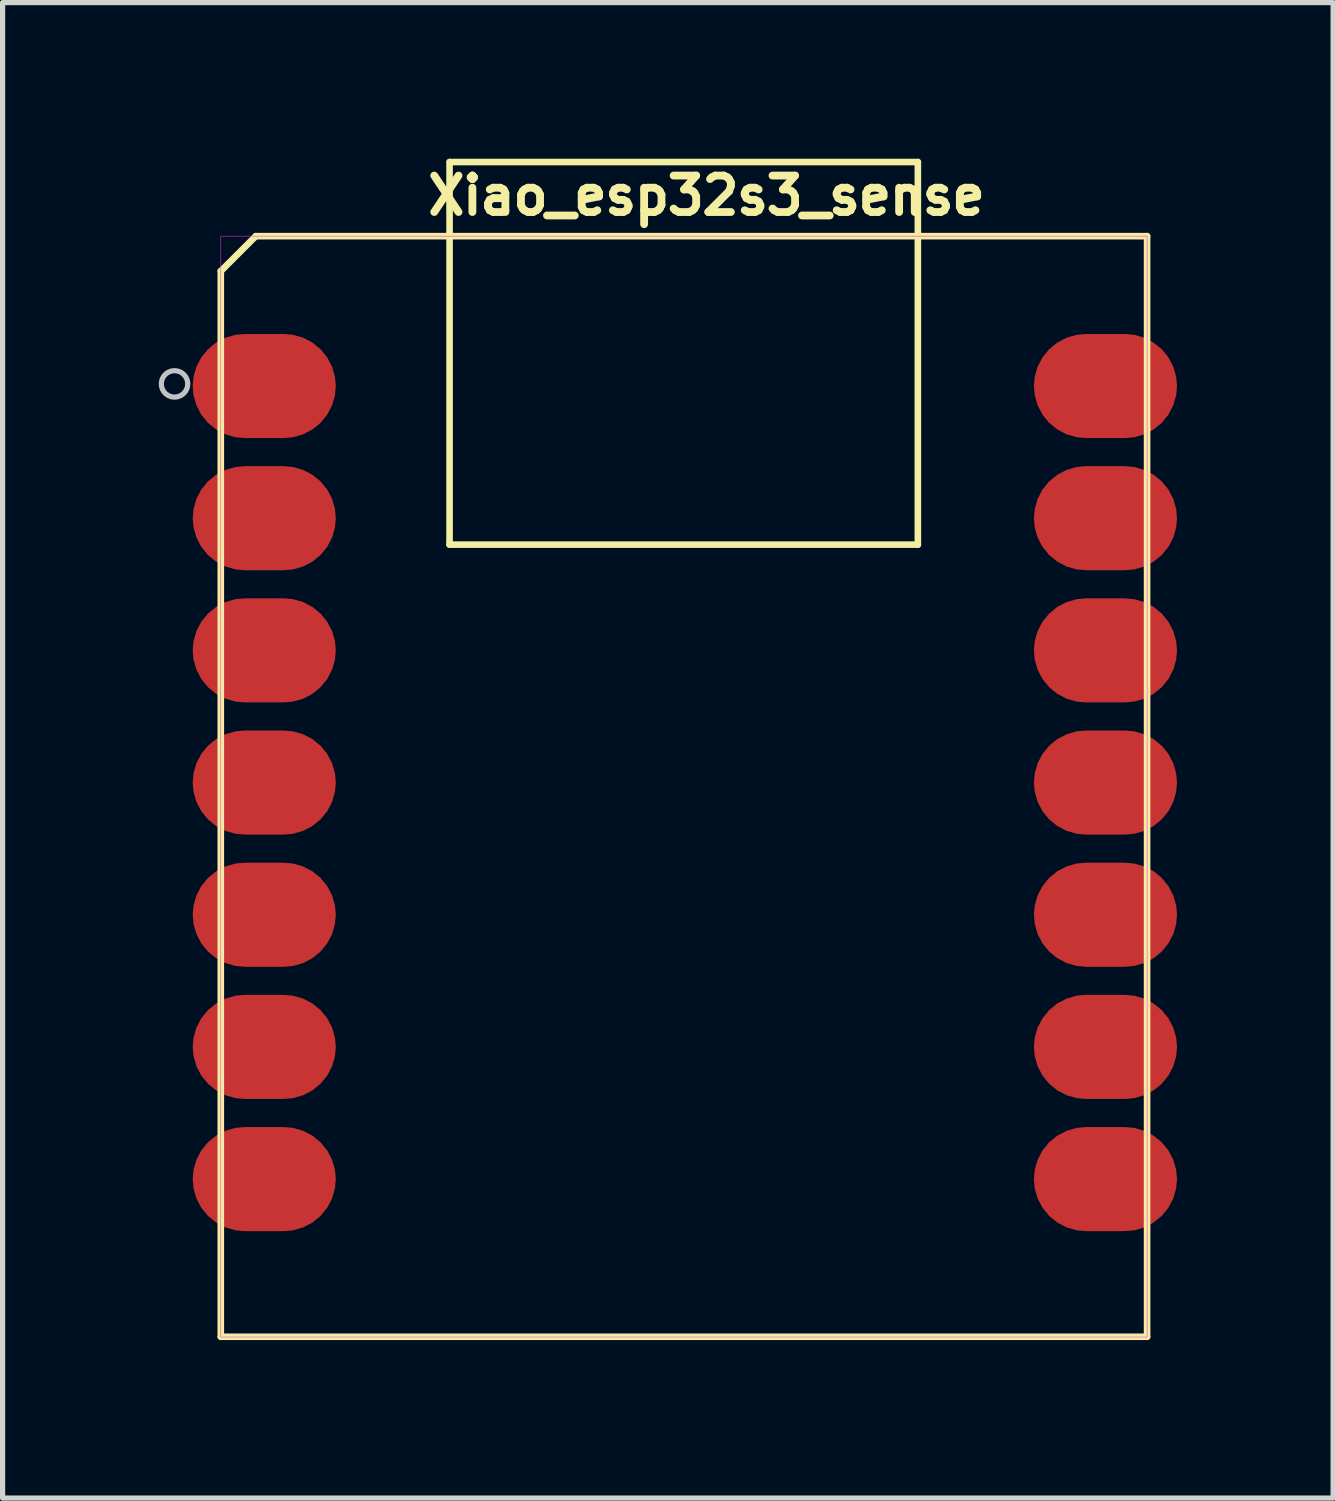
<source format=kicad_pcb>
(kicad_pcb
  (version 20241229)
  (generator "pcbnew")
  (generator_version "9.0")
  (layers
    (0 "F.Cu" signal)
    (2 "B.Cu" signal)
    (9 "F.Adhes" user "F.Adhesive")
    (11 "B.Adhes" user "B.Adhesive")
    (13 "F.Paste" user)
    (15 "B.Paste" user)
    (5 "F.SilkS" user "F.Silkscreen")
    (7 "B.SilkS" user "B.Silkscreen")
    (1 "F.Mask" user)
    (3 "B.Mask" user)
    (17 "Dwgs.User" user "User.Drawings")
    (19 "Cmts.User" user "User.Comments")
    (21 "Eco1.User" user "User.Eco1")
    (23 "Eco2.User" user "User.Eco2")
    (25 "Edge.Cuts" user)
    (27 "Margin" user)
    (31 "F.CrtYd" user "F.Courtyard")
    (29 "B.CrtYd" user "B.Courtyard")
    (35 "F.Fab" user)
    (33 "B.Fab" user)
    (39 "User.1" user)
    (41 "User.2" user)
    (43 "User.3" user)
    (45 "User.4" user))
  (footprint "Xiao_esp32s3_sense"
    (layer "F.Cu")
    (at 1.193 22.488)
    (property "Reference" "Xiao_esp32s3_sense" (at 9.335 -21.78 0) (layer "F.SilkS") (effects (font (size 0.7 0.7) (thickness 0.15))))
    (attr through_hole)
    (fp_line (start 0 -20.328) (end 0 0.15) (stroke (width 0.127) (type solid)) (layer "F.SilkS"))
    (fp_line (start 0 0.15) (end 17.8 0.15) (stroke (width 0.127) (type solid)) (layer "F.SilkS"))
    (fp_line (start 0.672 -21) (end 0 -20.328) (stroke (width 0.127) (type solid)) (layer "F.SilkS"))
    (fp_line (start 4.396 -15.072) (end 4.396 -22.425) (stroke (width 0.127) (type solid)) (layer "F.SilkS"))
    (fp_line (start 4.4 -22.424) (end 13.395 -22.424) (stroke (width 0.127) (type solid)) (layer "F.SilkS"))
    (fp_line (start 13.395 -22.424) (end 13.395 -15.072) (stroke (width 0.127) (type solid)) (layer "F.SilkS"))
    (fp_line (start 13.395 -15.072) (end 4.396 -15.072) (stroke (width 0.127) (type solid)) (layer "F.SilkS"))
    (fp_line (start 17.8 -21) (end 0.672 -21) (stroke (width 0.127) (type solid)) (layer "F.SilkS"))
    (fp_line (start 17.8 0.15) (end 17.8 -21) (stroke (width 0.127) (type solid)) (layer "F.SilkS"))
    (fp_circle (center -0.889 -18.161) (end -0.635 -18.161) (stroke (width 0.1) (type solid)) (fill no) (layer "Dwgs.User"))
    (fp_poly (pts (xy 0 -21) (xy 17.8 -21) (xy 17.8 0.155) (xy 0 0.155)) (stroke (width 0.01) (type solid)) (fill no) (layer "F.CrtYd"))
    (pad "1" smd roundrect (at 0.835 -18.12) (size 2.75 2) (layers "F.Cu" "F.Mask" "F.Paste") (roundrect_rratio 0.5))
    (pad "2" smd roundrect (at 0.835 -15.58) (size 2.75 2) (layers "F.Cu" "F.Mask" "F.Paste") (roundrect_rratio 0.5))
    (pad "3" smd roundrect (at 0.835 -13.04) (size 2.75 2) (layers "F.Cu" "F.Mask" "F.Paste") (roundrect_rratio 0.5))
    (pad "4" smd roundrect (at 0.835 -10.5) (size 2.75 2) (layers "F.Cu" "F.Mask" "F.Paste") (roundrect_rratio 0.5))
    (pad "5" smd roundrect (at 0.835 -7.96) (size 2.75 2) (layers "F.Cu" "F.Mask" "F.Paste") (roundrect_rratio 0.5))
    (pad "6" smd roundrect (at 0.835 -5.42) (size 2.75 2) (layers "F.Cu" "F.Mask" "F.Paste") (roundrect_rratio 0.5))
    (pad "7" smd roundrect (at 0.835 -2.88) (size 2.75 2) (layers "F.Cu" "F.Mask" "F.Paste") (roundrect_rratio 0.5))
    (pad "8" smd roundrect (at 17 -2.88) (size 2.75 2) (layers "F.Cu" "F.Mask" "F.Paste") (roundrect_rratio 0.5))
    (pad "9" smd roundrect (at 17 -5.42) (size 2.75 2) (layers "F.Cu" "F.Mask" "F.Paste") (roundrect_rratio 0.5))
    (pad "10" smd roundrect (at 17 -7.96) (size 2.75 2) (layers "F.Cu" "F.Mask" "F.Paste") (roundrect_rratio 0.5))
    (pad "11" smd roundrect (at 17 -10.5) (size 2.75 2) (layers "F.Cu" "F.Mask" "F.Paste") (roundrect_rratio 0.5))
    (pad "12" smd roundrect (at 17 -13.04) (size 2.75 2) (layers "F.Cu" "F.Mask" "F.Paste") (roundrect_rratio 0.5))
    (pad "13" smd roundrect (at 17 -15.58) (size 2.75 2) (layers "F.Cu" "F.Mask" "F.Paste") (roundrect_rratio 0.5))
    (pad "14" smd roundrect (at 17 -18.12) (size 2.75 2) (layers "F.Cu" "F.Mask" "F.Paste") (roundrect_rratio 0.5))
    (zone (net_name "") (layer "F.Cu") (hatch full 0.508) (connect_pads) (min_thickness 0.01) (filled_areas_thickness no) (keepout (tracks not_allowed) (vias not_allowed) (pads not_allowed) (copperpour not_allowed) (footprints allowed)) (placement (enabled no)) (fill) (polygon (pts (xy 4.178 8.952) (xy 7.098 8.952) (xy 7.098 12.857) (xy 4.178 12.857))))
    (zone (net_name "") (layer "F.Cu") (hatch full 0.508) (connect_pads) (min_thickness 0.01) (filled_areas_thickness no) (keepout (tracks not_allowed) (vias not_allowed) (pads not_allowed) (copperpour not_allowed) (footprints allowed)) (placement (enabled no)) (fill) (polygon (pts (xy 4.876 1.407) (xy 6.654 1.407) (xy 6.654 4.074) (xy 4.876 4.074))))
    (zone (net_name "") (layer "F.Cu") (hatch full 0.508) (connect_pads) (min_thickness 0.01) (filled_areas_thickness no) (keepout (tracks not_allowed) (vias not_allowed) (pads not_allowed) (copperpour not_allowed) (footprints allowed)) (placement (enabled no)) (fill) (polygon (pts (xy 4.876 5.471) (xy 6.654 5.471) (xy 6.654 8.137) (xy 4.876 8.137))))
    (zone (net_name "") (layer "F.Cu") (hatch full 0.508) (connect_pads) (min_thickness 0.01) (filled_areas_thickness no) (keepout (tracks not_allowed) (vias not_allowed) (pads not_allowed) (copperpour not_allowed) (footprints allowed)) (placement (enabled no)) (fill) (polygon (pts (xy 7.543 2.168) (xy 12.75 2.168) (xy 12.75 12.326) (xy 7.543 12.326))))
    (zone (net_name "") (layer "F.Cu") (hatch full 0.508) (connect_pads) (min_thickness 0.01) (filled_areas_thickness no) (keepout (tracks not_allowed) (vias not_allowed) (pads not_allowed) (copperpour not_allowed) (footprints allowed)) (placement (enabled no)) (fill) (polygon (pts (xy 9.185 12.329) (xy 13.249 12.329) (xy 13.249 15.938) (xy 9.185 15.938))))
    (zone (net_name "") (layer "F.Cu") (hatch full 0.508) (connect_pads) (min_thickness 0.01) (filled_areas_thickness no) (keepout (tracks not_allowed) (vias not_allowed) (pads not_allowed) (copperpour not_allowed) (footprints allowed)) (placement (enabled no)) (fill) (polygon (pts (xy 13.512 1.407) (xy 15.29 1.407) (xy 15.29 4.074) (xy 13.512 4.074))))
    (zone (net_name "") (layer "F.Cu") (hatch full 0.508) (connect_pads) (min_thickness 0.01) (filled_areas_thickness no) (keepout (tracks not_allowed) (vias not_allowed) (pads not_allowed) (copperpour not_allowed) (footprints allowed)) (placement (enabled no)) (fill) (polygon (pts (xy 13.512 5.471) (xy 15.29 5.471) (xy 15.29 8.137) (xy 13.512 8.137)))))
  (gr_rect
    (start -3 -3)
    (end 22.568 25.738)
    (stroke (width 0.1) (type default))
    (fill no)
    (layer "Edge.Cuts")))
</source>
